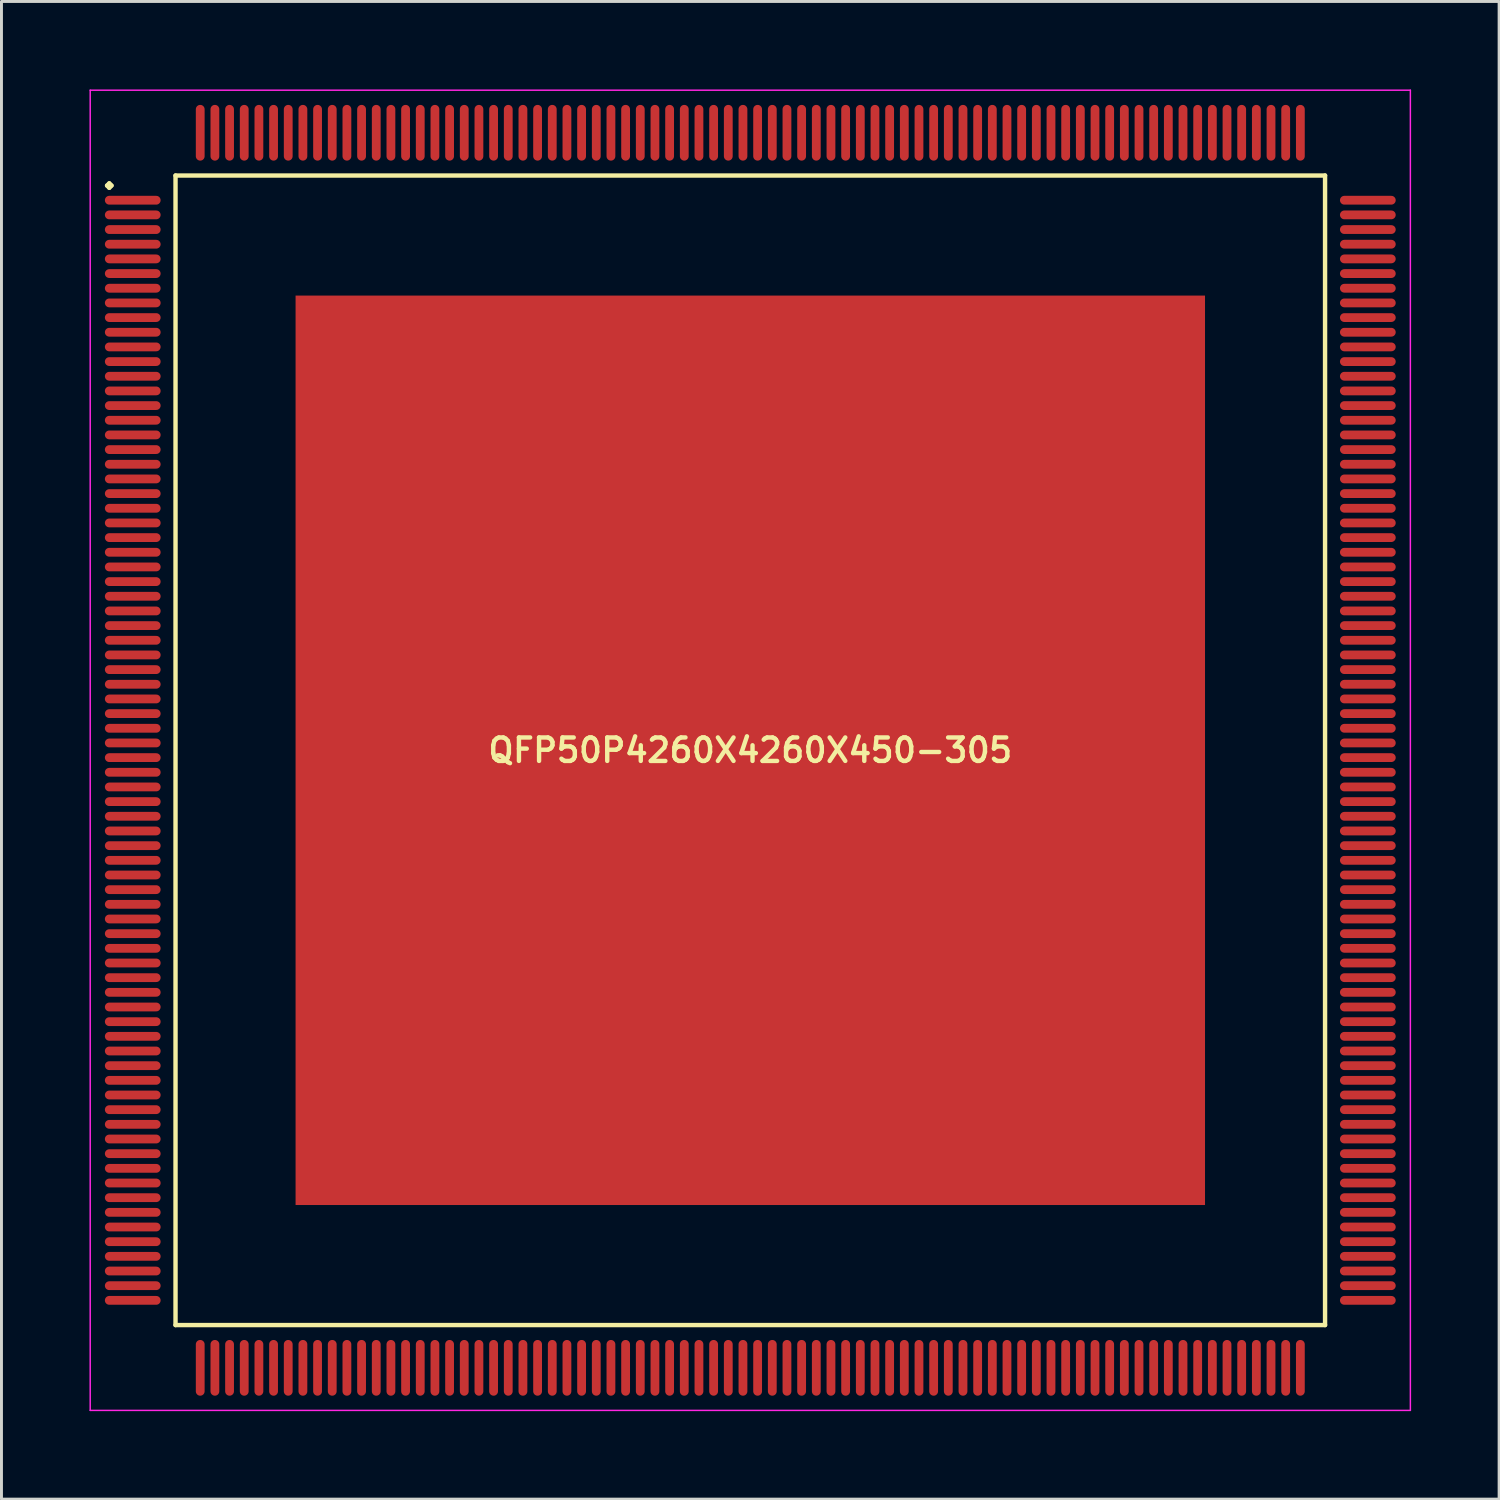
<source format=kicad_pcb>
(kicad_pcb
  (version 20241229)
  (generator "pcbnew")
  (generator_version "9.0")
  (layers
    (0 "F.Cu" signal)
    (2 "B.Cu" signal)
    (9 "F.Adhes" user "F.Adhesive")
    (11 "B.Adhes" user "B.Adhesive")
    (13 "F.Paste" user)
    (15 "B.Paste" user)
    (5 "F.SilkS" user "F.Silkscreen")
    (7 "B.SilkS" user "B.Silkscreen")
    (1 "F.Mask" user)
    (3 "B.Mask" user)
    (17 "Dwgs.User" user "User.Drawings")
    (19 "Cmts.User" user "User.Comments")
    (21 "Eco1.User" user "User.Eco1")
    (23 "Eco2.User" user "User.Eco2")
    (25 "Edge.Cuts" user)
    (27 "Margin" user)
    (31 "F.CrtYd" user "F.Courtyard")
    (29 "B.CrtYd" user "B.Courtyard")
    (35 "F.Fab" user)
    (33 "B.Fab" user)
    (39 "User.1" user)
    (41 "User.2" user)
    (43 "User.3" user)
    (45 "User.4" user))
  (footprint "QFP50P4260X4260X450-305"
    (layer "F.Cu")
    (at 22.525 22.525)
    (property "Reference" "QFP50P4260X4260X450-305" (at 0 0 0) (layer "F.SilkS") (effects (font (size 0.8 0.8) (thickness 0.15))))
    (attr smd)
    (fp_line (start -21.925 -19.25) (end -21.85 -19.325) (stroke (width 0.15) (type solid)) (layer "F.SilkS"))
    (fp_line (start -21.85 -19.325) (end -21.775 -19.25) (stroke (width 0.15) (type solid)) (layer "F.SilkS"))
    (fp_line (start -21.85 -19.175) (end -21.925 -19.25) (stroke (width 0.15) (type solid)) (layer "F.SilkS"))
    (fp_line (start -21.775 -19.25) (end -21.85 -19.175) (stroke (width 0.15) (type solid)) (layer "F.SilkS"))
    (fp_line (start -19.592 -19.592) (end -19.592 19.592) (stroke (width 0.15) (type solid)) (layer "F.SilkS"))
    (fp_line (start -19.592 19.592) (end 19.592 19.592) (stroke (width 0.15) (type solid)) (layer "F.SilkS"))
    (fp_line (start 19.592 -19.592) (end -19.592 -19.592) (stroke (width 0.15) (type solid)) (layer "F.SilkS"))
    (fp_line (start 19.592 19.592) (end 19.592 -19.592) (stroke (width 0.15) (type solid)) (layer "F.SilkS"))
    (fp_line (start -22.5 -22.5) (end 22.5 -22.5) (stroke (width 0.05) (type solid)) (layer "F.CrtYd"))
    (fp_line (start -22.5 22.5) (end -22.5 -22.5) (stroke (width 0.05) (type solid)) (layer "F.CrtYd"))
    (fp_line (start 22.5 -22.5) (end 22.5 22.5) (stroke (width 0.05) (type solid)) (layer "F.CrtYd"))
    (fp_line (start 22.5 22.5) (end -22.5 22.5) (stroke (width 0.05) (type solid)) (layer "F.CrtYd"))
    (pad "1" smd oval (at -21.05 -18.75) (size 1.9 0.3) (layers "F.Cu" "F.Mask" "F.Paste"))
    (pad "2" smd oval (at -21.05 -18.25) (size 1.9 0.3) (layers "F.Cu" "F.Mask" "F.Paste"))
    (pad "3" smd oval (at -21.05 -17.75) (size 1.9 0.3) (layers "F.Cu" "F.Mask" "F.Paste"))
    (pad "4" smd oval (at -21.05 -17.25) (size 1.9 0.3) (layers "F.Cu" "F.Mask" "F.Paste"))
    (pad "5" smd oval (at -21.05 -16.75) (size 1.9 0.3) (layers "F.Cu" "F.Mask" "F.Paste"))
    (pad "6" smd oval (at -21.05 -16.25) (size 1.9 0.3) (layers "F.Cu" "F.Mask" "F.Paste"))
    (pad "7" smd oval (at -21.05 -15.75) (size 1.9 0.3) (layers "F.Cu" "F.Mask" "F.Paste"))
    (pad "8" smd oval (at -21.05 -15.25) (size 1.9 0.3) (layers "F.Cu" "F.Mask" "F.Paste"))
    (pad "9" smd oval (at -21.05 -14.75) (size 1.9 0.3) (layers "F.Cu" "F.Mask" "F.Paste"))
    (pad "10" smd oval (at -21.05 -14.25) (size 1.9 0.3) (layers "F.Cu" "F.Mask" "F.Paste"))
    (pad "11" smd oval (at -21.05 -13.75) (size 1.9 0.3) (layers "F.Cu" "F.Mask" "F.Paste"))
    (pad "12" smd oval (at -21.05 -13.25) (size 1.9 0.3) (layers "F.Cu" "F.Mask" "F.Paste"))
    (pad "13" smd oval (at -21.05 -12.75) (size 1.9 0.3) (layers "F.Cu" "F.Mask" "F.Paste"))
    (pad "14" smd oval (at -21.05 -12.25) (size 1.9 0.3) (layers "F.Cu" "F.Mask" "F.Paste"))
    (pad "15" smd oval (at -21.05 -11.75) (size 1.9 0.3) (layers "F.Cu" "F.Mask" "F.Paste"))
    (pad "16" smd oval (at -21.05 -11.25) (size 1.9 0.3) (layers "F.Cu" "F.Mask" "F.Paste"))
    (pad "17" smd oval (at -21.05 -10.75) (size 1.9 0.3) (layers "F.Cu" "F.Mask" "F.Paste"))
    (pad "18" smd oval (at -21.05 -10.25) (size 1.9 0.3) (layers "F.Cu" "F.Mask" "F.Paste"))
    (pad "19" smd oval (at -21.05 -9.75) (size 1.9 0.3) (layers "F.Cu" "F.Mask" "F.Paste"))
    (pad "20" smd oval (at -21.05 -9.25) (size 1.9 0.3) (layers "F.Cu" "F.Mask" "F.Paste"))
    (pad "21" smd oval (at -21.05 -8.75) (size 1.9 0.3) (layers "F.Cu" "F.Mask" "F.Paste"))
    (pad "22" smd oval (at -21.05 -8.25) (size 1.9 0.3) (layers "F.Cu" "F.Mask" "F.Paste"))
    (pad "23" smd oval (at -21.05 -7.75) (size 1.9 0.3) (layers "F.Cu" "F.Mask" "F.Paste"))
    (pad "24" smd oval (at -21.05 -7.25) (size 1.9 0.3) (layers "F.Cu" "F.Mask" "F.Paste"))
    (pad "25" smd oval (at -21.05 -6.75) (size 1.9 0.3) (layers "F.Cu" "F.Mask" "F.Paste"))
    (pad "26" smd oval (at -21.05 -6.25) (size 1.9 0.3) (layers "F.Cu" "F.Mask" "F.Paste"))
    (pad "27" smd oval (at -21.05 -5.75) (size 1.9 0.3) (layers "F.Cu" "F.Mask" "F.Paste"))
    (pad "28" smd oval (at -21.05 -5.25) (size 1.9 0.3) (layers "F.Cu" "F.Mask" "F.Paste"))
    (pad "29" smd oval (at -21.05 -4.75) (size 1.9 0.3) (layers "F.Cu" "F.Mask" "F.Paste"))
    (pad "30" smd oval (at -21.05 -4.25) (size 1.9 0.3) (layers "F.Cu" "F.Mask" "F.Paste"))
    (pad "31" smd oval (at -21.05 -3.75) (size 1.9 0.3) (layers "F.Cu" "F.Mask" "F.Paste"))
    (pad "32" smd oval (at -21.05 -3.25) (size 1.9 0.3) (layers "F.Cu" "F.Mask" "F.Paste"))
    (pad "33" smd oval (at -21.05 -2.75) (size 1.9 0.3) (layers "F.Cu" "F.Mask" "F.Paste"))
    (pad "34" smd oval (at -21.05 -2.25) (size 1.9 0.3) (layers "F.Cu" "F.Mask" "F.Paste"))
    (pad "35" smd oval (at -21.05 -1.75) (size 1.9 0.3) (layers "F.Cu" "F.Mask" "F.Paste"))
    (pad "36" smd oval (at -21.05 -1.25) (size 1.9 0.3) (layers "F.Cu" "F.Mask" "F.Paste"))
    (pad "37" smd oval (at -21.05 -0.75) (size 1.9 0.3) (layers "F.Cu" "F.Mask" "F.Paste"))
    (pad "38" smd oval (at -21.05 -0.25) (size 1.9 0.3) (layers "F.Cu" "F.Mask" "F.Paste"))
    (pad "39" smd oval (at -21.05 0.25) (size 1.9 0.3) (layers "F.Cu" "F.Mask" "F.Paste"))
    (pad "40" smd oval (at -21.05 0.75) (size 1.9 0.3) (layers "F.Cu" "F.Mask" "F.Paste"))
    (pad "41" smd oval (at -21.05 1.25) (size 1.9 0.3) (layers "F.Cu" "F.Mask" "F.Paste"))
    (pad "42" smd oval (at -21.05 1.75) (size 1.9 0.3) (layers "F.Cu" "F.Mask" "F.Paste"))
    (pad "43" smd oval (at -21.05 2.25) (size 1.9 0.3) (layers "F.Cu" "F.Mask" "F.Paste"))
    (pad "44" smd oval (at -21.05 2.75) (size 1.9 0.3) (layers "F.Cu" "F.Mask" "F.Paste"))
    (pad "45" smd oval (at -21.05 3.25) (size 1.9 0.3) (layers "F.Cu" "F.Mask" "F.Paste"))
    (pad "46" smd oval (at -21.05 3.75) (size 1.9 0.3) (layers "F.Cu" "F.Mask" "F.Paste"))
    (pad "47" smd oval (at -21.05 4.25) (size 1.9 0.3) (layers "F.Cu" "F.Mask" "F.Paste"))
    (pad "48" smd oval (at -21.05 4.75) (size 1.9 0.3) (layers "F.Cu" "F.Mask" "F.Paste"))
    (pad "49" smd oval (at -21.05 5.25) (size 1.9 0.3) (layers "F.Cu" "F.Mask" "F.Paste"))
    (pad "50" smd oval (at -21.05 5.75) (size 1.9 0.3) (layers "F.Cu" "F.Mask" "F.Paste"))
    (pad "51" smd oval (at -21.05 6.25) (size 1.9 0.3) (layers "F.Cu" "F.Mask" "F.Paste"))
    (pad "52" smd oval (at -21.05 6.75) (size 1.9 0.3) (layers "F.Cu" "F.Mask" "F.Paste"))
    (pad "53" smd oval (at -21.05 7.25) (size 1.9 0.3) (layers "F.Cu" "F.Mask" "F.Paste"))
    (pad "54" smd oval (at -21.05 7.75) (size 1.9 0.3) (layers "F.Cu" "F.Mask" "F.Paste"))
    (pad "55" smd oval (at -21.05 8.25) (size 1.9 0.3) (layers "F.Cu" "F.Mask" "F.Paste"))
    (pad "56" smd oval (at -21.05 8.75) (size 1.9 0.3) (layers "F.Cu" "F.Mask" "F.Paste"))
    (pad "57" smd oval (at -21.05 9.25) (size 1.9 0.3) (layers "F.Cu" "F.Mask" "F.Paste"))
    (pad "58" smd oval (at -21.05 9.75) (size 1.9 0.3) (layers "F.Cu" "F.Mask" "F.Paste"))
    (pad "59" smd oval (at -21.05 10.25) (size 1.9 0.3) (layers "F.Cu" "F.Mask" "F.Paste"))
    (pad "60" smd oval (at -21.05 10.75) (size 1.9 0.3) (layers "F.Cu" "F.Mask" "F.Paste"))
    (pad "61" smd oval (at -21.05 11.25) (size 1.9 0.3) (layers "F.Cu" "F.Mask" "F.Paste"))
    (pad "62" smd oval (at -21.05 11.75) (size 1.9 0.3) (layers "F.Cu" "F.Mask" "F.Paste"))
    (pad "63" smd oval (at -21.05 12.25) (size 1.9 0.3) (layers "F.Cu" "F.Mask" "F.Paste"))
    (pad "64" smd oval (at -21.05 12.75) (size 1.9 0.3) (layers "F.Cu" "F.Mask" "F.Paste"))
    (pad "65" smd oval (at -21.05 13.25) (size 1.9 0.3) (layers "F.Cu" "F.Mask" "F.Paste"))
    (pad "66" smd oval (at -21.05 13.75) (size 1.9 0.3) (layers "F.Cu" "F.Mask" "F.Paste"))
    (pad "67" smd oval (at -21.05 14.25) (size 1.9 0.3) (layers "F.Cu" "F.Mask" "F.Paste"))
    (pad "68" smd oval (at -21.05 14.75) (size 1.9 0.3) (layers "F.Cu" "F.Mask" "F.Paste"))
    (pad "69" smd oval (at -21.05 15.25) (size 1.9 0.3) (layers "F.Cu" "F.Mask" "F.Paste"))
    (pad "70" smd oval (at -21.05 15.75) (size 1.9 0.3) (layers "F.Cu" "F.Mask" "F.Paste"))
    (pad "71" smd oval (at -21.05 16.25) (size 1.9 0.3) (layers "F.Cu" "F.Mask" "F.Paste"))
    (pad "72" smd oval (at -21.05 16.75) (size 1.9 0.3) (layers "F.Cu" "F.Mask" "F.Paste"))
    (pad "73" smd oval (at -21.05 17.25) (size 1.9 0.3) (layers "F.Cu" "F.Mask" "F.Paste"))
    (pad "74" smd oval (at -21.05 17.75) (size 1.9 0.3) (layers "F.Cu" "F.Mask" "F.Paste"))
    (pad "75" smd oval (at -21.05 18.25) (size 1.9 0.3) (layers "F.Cu" "F.Mask" "F.Paste"))
    (pad "76" smd oval (at -21.05 18.75) (size 1.9 0.3) (layers "F.Cu" "F.Mask" "F.Paste"))
    (pad "77" smd oval (at -18.75 21.05) (size 0.3 1.9) (layers "F.Cu" "F.Mask" "F.Paste"))
    (pad "78" smd oval (at -18.25 21.05) (size 0.3 1.9) (layers "F.Cu" "F.Mask" "F.Paste"))
    (pad "79" smd oval (at -17.75 21.05) (size 0.3 1.9) (layers "F.Cu" "F.Mask" "F.Paste"))
    (pad "80" smd oval (at -17.25 21.05) (size 0.3 1.9) (layers "F.Cu" "F.Mask" "F.Paste"))
    (pad "81" smd oval (at -16.75 21.05) (size 0.3 1.9) (layers "F.Cu" "F.Mask" "F.Paste"))
    (pad "82" smd oval (at -16.25 21.05) (size 0.3 1.9) (layers "F.Cu" "F.Mask" "F.Paste"))
    (pad "83" smd oval (at -15.75 21.05) (size 0.3 1.9) (layers "F.Cu" "F.Mask" "F.Paste"))
    (pad "84" smd oval (at -15.25 21.05) (size 0.3 1.9) (layers "F.Cu" "F.Mask" "F.Paste"))
    (pad "85" smd oval (at -14.75 21.05) (size 0.3 1.9) (layers "F.Cu" "F.Mask" "F.Paste"))
    (pad "86" smd oval (at -14.25 21.05) (size 0.3 1.9) (layers "F.Cu" "F.Mask" "F.Paste"))
    (pad "87" smd oval (at -13.75 21.05) (size 0.3 1.9) (layers "F.Cu" "F.Mask" "F.Paste"))
    (pad "88" smd oval (at -13.25 21.05) (size 0.3 1.9) (layers "F.Cu" "F.Mask" "F.Paste"))
    (pad "89" smd oval (at -12.75 21.05) (size 0.3 1.9) (layers "F.Cu" "F.Mask" "F.Paste"))
    (pad "90" smd oval (at -12.25 21.05) (size 0.3 1.9) (layers "F.Cu" "F.Mask" "F.Paste"))
    (pad "91" smd oval (at -11.75 21.05) (size 0.3 1.9) (layers "F.Cu" "F.Mask" "F.Paste"))
    (pad "92" smd oval (at -11.25 21.05) (size 0.3 1.9) (layers "F.Cu" "F.Mask" "F.Paste"))
    (pad "93" smd oval (at -10.75 21.05) (size 0.3 1.9) (layers "F.Cu" "F.Mask" "F.Paste"))
    (pad "94" smd oval (at -10.25 21.05) (size 0.3 1.9) (layers "F.Cu" "F.Mask" "F.Paste"))
    (pad "95" smd oval (at -9.75 21.05) (size 0.3 1.9) (layers "F.Cu" "F.Mask" "F.Paste"))
    (pad "96" smd oval (at -9.25 21.05) (size 0.3 1.9) (layers "F.Cu" "F.Mask" "F.Paste"))
    (pad "97" smd oval (at -8.75 21.05) (size 0.3 1.9) (layers "F.Cu" "F.Mask" "F.Paste"))
    (pad "98" smd oval (at -8.25 21.05) (size 0.3 1.9) (layers "F.Cu" "F.Mask" "F.Paste"))
    (pad "99" smd oval (at -7.75 21.05) (size 0.3 1.9) (layers "F.Cu" "F.Mask" "F.Paste"))
    (pad "100" smd oval (at -7.25 21.05) (size 0.3 1.9) (layers "F.Cu" "F.Mask" "F.Paste"))
    (pad "101" smd oval (at -6.75 21.05) (size 0.3 1.9) (layers "F.Cu" "F.Mask" "F.Paste"))
    (pad "102" smd oval (at -6.25 21.05) (size 0.3 1.9) (layers "F.Cu" "F.Mask" "F.Paste"))
    (pad "103" smd oval (at -5.75 21.05) (size 0.3 1.9) (layers "F.Cu" "F.Mask" "F.Paste"))
    (pad "104" smd oval (at -5.25 21.05) (size 0.3 1.9) (layers "F.Cu" "F.Mask" "F.Paste"))
    (pad "105" smd oval (at -4.75 21.05) (size 0.3 1.9) (layers "F.Cu" "F.Mask" "F.Paste"))
    (pad "106" smd oval (at -4.25 21.05) (size 0.3 1.9) (layers "F.Cu" "F.Mask" "F.Paste"))
    (pad "107" smd oval (at -3.75 21.05) (size 0.3 1.9) (layers "F.Cu" "F.Mask" "F.Paste"))
    (pad "108" smd oval (at -3.25 21.05) (size 0.3 1.9) (layers "F.Cu" "F.Mask" "F.Paste"))
    (pad "109" smd oval (at -2.75 21.05) (size 0.3 1.9) (layers "F.Cu" "F.Mask" "F.Paste"))
    (pad "110" smd oval (at -2.25 21.05) (size 0.3 1.9) (layers "F.Cu" "F.Mask" "F.Paste"))
    (pad "111" smd oval (at -1.75 21.05) (size 0.3 1.9) (layers "F.Cu" "F.Mask" "F.Paste"))
    (pad "112" smd oval (at -1.25 21.05) (size 0.3 1.9) (layers "F.Cu" "F.Mask" "F.Paste"))
    (pad "113" smd oval (at -0.75 21.05) (size 0.3 1.9) (layers "F.Cu" "F.Mask" "F.Paste"))
    (pad "114" smd oval (at -0.25 21.05) (size 0.3 1.9) (layers "F.Cu" "F.Mask" "F.Paste"))
    (pad "115" smd oval (at 0.25 21.05) (size 0.3 1.9) (layers "F.Cu" "F.Mask" "F.Paste"))
    (pad "116" smd oval (at 0.75 21.05) (size 0.3 1.9) (layers "F.Cu" "F.Mask" "F.Paste"))
    (pad "117" smd oval (at 1.25 21.05) (size 0.3 1.9) (layers "F.Cu" "F.Mask" "F.Paste"))
    (pad "118" smd oval (at 1.75 21.05) (size 0.3 1.9) (layers "F.Cu" "F.Mask" "F.Paste"))
    (pad "119" smd oval (at 2.25 21.05) (size 0.3 1.9) (layers "F.Cu" "F.Mask" "F.Paste"))
    (pad "120" smd oval (at 2.75 21.05) (size 0.3 1.9) (layers "F.Cu" "F.Mask" "F.Paste"))
    (pad "121" smd oval (at 3.25 21.05) (size 0.3 1.9) (layers "F.Cu" "F.Mask" "F.Paste"))
    (pad "122" smd oval (at 3.75 21.05) (size 0.3 1.9) (layers "F.Cu" "F.Mask" "F.Paste"))
    (pad "123" smd oval (at 4.25 21.05) (size 0.3 1.9) (layers "F.Cu" "F.Mask" "F.Paste"))
    (pad "124" smd oval (at 4.75 21.05) (size 0.3 1.9) (layers "F.Cu" "F.Mask" "F.Paste"))
    (pad "125" smd oval (at 5.25 21.05) (size 0.3 1.9) (layers "F.Cu" "F.Mask" "F.Paste"))
    (pad "126" smd oval (at 5.75 21.05) (size 0.3 1.9) (layers "F.Cu" "F.Mask" "F.Paste"))
    (pad "127" smd oval (at 6.25 21.05) (size 0.3 1.9) (layers "F.Cu" "F.Mask" "F.Paste"))
    (pad "128" smd oval (at 6.75 21.05) (size 0.3 1.9) (layers "F.Cu" "F.Mask" "F.Paste"))
    (pad "129" smd oval (at 7.25 21.05) (size 0.3 1.9) (layers "F.Cu" "F.Mask" "F.Paste"))
    (pad "130" smd oval (at 7.75 21.05) (size 0.3 1.9) (layers "F.Cu" "F.Mask" "F.Paste"))
    (pad "131" smd oval (at 8.25 21.05) (size 0.3 1.9) (layers "F.Cu" "F.Mask" "F.Paste"))
    (pad "132" smd oval (at 8.75 21.05) (size 0.3 1.9) (layers "F.Cu" "F.Mask" "F.Paste"))
    (pad "133" smd oval (at 9.25 21.05) (size 0.3 1.9) (layers "F.Cu" "F.Mask" "F.Paste"))
    (pad "134" smd oval (at 9.75 21.05) (size 0.3 1.9) (layers "F.Cu" "F.Mask" "F.Paste"))
    (pad "135" smd oval (at 10.25 21.05) (size 0.3 1.9) (layers "F.Cu" "F.Mask" "F.Paste"))
    (pad "136" smd oval (at 10.75 21.05) (size 0.3 1.9) (layers "F.Cu" "F.Mask" "F.Paste"))
    (pad "137" smd oval (at 11.25 21.05) (size 0.3 1.9) (layers "F.Cu" "F.Mask" "F.Paste"))
    (pad "138" smd oval (at 11.75 21.05) (size 0.3 1.9) (layers "F.Cu" "F.Mask" "F.Paste"))
    (pad "139" smd oval (at 12.25 21.05) (size 0.3 1.9) (layers "F.Cu" "F.Mask" "F.Paste"))
    (pad "140" smd oval (at 12.75 21.05) (size 0.3 1.9) (layers "F.Cu" "F.Mask" "F.Paste"))
    (pad "141" smd oval (at 13.25 21.05) (size 0.3 1.9) (layers "F.Cu" "F.Mask" "F.Paste"))
    (pad "142" smd oval (at 13.75 21.05) (size 0.3 1.9) (layers "F.Cu" "F.Mask" "F.Paste"))
    (pad "143" smd oval (at 14.25 21.05) (size 0.3 1.9) (layers "F.Cu" "F.Mask" "F.Paste"))
    (pad "144" smd oval (at 14.75 21.05) (size 0.3 1.9) (layers "F.Cu" "F.Mask" "F.Paste"))
    (pad "145" smd oval (at 15.25 21.05) (size 0.3 1.9) (layers "F.Cu" "F.Mask" "F.Paste"))
    (pad "146" smd oval (at 15.75 21.05) (size 0.3 1.9) (layers "F.Cu" "F.Mask" "F.Paste"))
    (pad "147" smd oval (at 16.25 21.05) (size 0.3 1.9) (layers "F.Cu" "F.Mask" "F.Paste"))
    (pad "148" smd oval (at 16.75 21.05) (size 0.3 1.9) (layers "F.Cu" "F.Mask" "F.Paste"))
    (pad "149" smd oval (at 17.25 21.05) (size 0.3 1.9) (layers "F.Cu" "F.Mask" "F.Paste"))
    (pad "150" smd oval (at 17.75 21.05) (size 0.3 1.9) (layers "F.Cu" "F.Mask" "F.Paste"))
    (pad "151" smd oval (at 18.25 21.05) (size 0.3 1.9) (layers "F.Cu" "F.Mask" "F.Paste"))
    (pad "152" smd oval (at 18.75 21.05) (size 0.3 1.9) (layers "F.Cu" "F.Mask" "F.Paste"))
    (pad "153" smd oval (at 21.05 18.75) (size 1.9 0.3) (layers "F.Cu" "F.Mask" "F.Paste"))
    (pad "154" smd oval (at 21.05 18.25) (size 1.9 0.3) (layers "F.Cu" "F.Mask" "F.Paste"))
    (pad "155" smd oval (at 21.05 17.75) (size 1.9 0.3) (layers "F.Cu" "F.Mask" "F.Paste"))
    (pad "156" smd oval (at 21.05 17.25) (size 1.9 0.3) (layers "F.Cu" "F.Mask" "F.Paste"))
    (pad "157" smd oval (at 21.05 16.75) (size 1.9 0.3) (layers "F.Cu" "F.Mask" "F.Paste"))
    (pad "158" smd oval (at 21.05 16.25) (size 1.9 0.3) (layers "F.Cu" "F.Mask" "F.Paste"))
    (pad "159" smd oval (at 21.05 15.75) (size 1.9 0.3) (layers "F.Cu" "F.Mask" "F.Paste"))
    (pad "160" smd oval (at 21.05 15.25) (size 1.9 0.3) (layers "F.Cu" "F.Mask" "F.Paste"))
    (pad "161" smd oval (at 21.05 14.75) (size 1.9 0.3) (layers "F.Cu" "F.Mask" "F.Paste"))
    (pad "162" smd oval (at 21.05 14.25) (size 1.9 0.3) (layers "F.Cu" "F.Mask" "F.Paste"))
    (pad "163" smd oval (at 21.05 13.75) (size 1.9 0.3) (layers "F.Cu" "F.Mask" "F.Paste"))
    (pad "164" smd oval (at 21.05 13.25) (size 1.9 0.3) (layers "F.Cu" "F.Mask" "F.Paste"))
    (pad "165" smd oval (at 21.05 12.75) (size 1.9 0.3) (layers "F.Cu" "F.Mask" "F.Paste"))
    (pad "166" smd oval (at 21.05 12.25) (size 1.9 0.3) (layers "F.Cu" "F.Mask" "F.Paste"))
    (pad "167" smd oval (at 21.05 11.75) (size 1.9 0.3) (layers "F.Cu" "F.Mask" "F.Paste"))
    (pad "168" smd oval (at 21.05 11.25) (size 1.9 0.3) (layers "F.Cu" "F.Mask" "F.Paste"))
    (pad "169" smd oval (at 21.05 10.75) (size 1.9 0.3) (layers "F.Cu" "F.Mask" "F.Paste"))
    (pad "170" smd oval (at 21.05 10.25) (size 1.9 0.3) (layers "F.Cu" "F.Mask" "F.Paste"))
    (pad "171" smd oval (at 21.05 9.75) (size 1.9 0.3) (layers "F.Cu" "F.Mask" "F.Paste"))
    (pad "172" smd oval (at 21.05 9.25) (size 1.9 0.3) (layers "F.Cu" "F.Mask" "F.Paste"))
    (pad "173" smd oval (at 21.05 8.75) (size 1.9 0.3) (layers "F.Cu" "F.Mask" "F.Paste"))
    (pad "174" smd oval (at 21.05 8.25) (size 1.9 0.3) (layers "F.Cu" "F.Mask" "F.Paste"))
    (pad "175" smd oval (at 21.05 7.75) (size 1.9 0.3) (layers "F.Cu" "F.Mask" "F.Paste"))
    (pad "176" smd oval (at 21.05 7.25) (size 1.9 0.3) (layers "F.Cu" "F.Mask" "F.Paste"))
    (pad "177" smd oval (at 21.05 6.75) (size 1.9 0.3) (layers "F.Cu" "F.Mask" "F.Paste"))
    (pad "178" smd oval (at 21.05 6.25) (size 1.9 0.3) (layers "F.Cu" "F.Mask" "F.Paste"))
    (pad "179" smd oval (at 21.05 5.75) (size 1.9 0.3) (layers "F.Cu" "F.Mask" "F.Paste"))
    (pad "180" smd oval (at 21.05 5.25) (size 1.9 0.3) (layers "F.Cu" "F.Mask" "F.Paste"))
    (pad "181" smd oval (at 21.05 4.75) (size 1.9 0.3) (layers "F.Cu" "F.Mask" "F.Paste"))
    (pad "182" smd oval (at 21.05 4.25) (size 1.9 0.3) (layers "F.Cu" "F.Mask" "F.Paste"))
    (pad "183" smd oval (at 21.05 3.75) (size 1.9 0.3) (layers "F.Cu" "F.Mask" "F.Paste"))
    (pad "184" smd oval (at 21.05 3.25) (size 1.9 0.3) (layers "F.Cu" "F.Mask" "F.Paste"))
    (pad "185" smd oval (at 21.05 2.75) (size 1.9 0.3) (layers "F.Cu" "F.Mask" "F.Paste"))
    (pad "186" smd oval (at 21.05 2.25) (size 1.9 0.3) (layers "F.Cu" "F.Mask" "F.Paste"))
    (pad "187" smd oval (at 21.05 1.75) (size 1.9 0.3) (layers "F.Cu" "F.Mask" "F.Paste"))
    (pad "188" smd oval (at 21.05 1.25) (size 1.9 0.3) (layers "F.Cu" "F.Mask" "F.Paste"))
    (pad "189" smd oval (at 21.05 0.75) (size 1.9 0.3) (layers "F.Cu" "F.Mask" "F.Paste"))
    (pad "190" smd oval (at 21.05 0.25) (size 1.9 0.3) (layers "F.Cu" "F.Mask" "F.Paste"))
    (pad "191" smd oval (at 21.05 -0.25) (size 1.9 0.3) (layers "F.Cu" "F.Mask" "F.Paste"))
    (pad "192" smd oval (at 21.05 -0.75) (size 1.9 0.3) (layers "F.Cu" "F.Mask" "F.Paste"))
    (pad "193" smd oval (at 21.05 -1.25) (size 1.9 0.3) (layers "F.Cu" "F.Mask" "F.Paste"))
    (pad "194" smd oval (at 21.05 -1.75) (size 1.9 0.3) (layers "F.Cu" "F.Mask" "F.Paste"))
    (pad "195" smd oval (at 21.05 -2.25) (size 1.9 0.3) (layers "F.Cu" "F.Mask" "F.Paste"))
    (pad "196" smd oval (at 21.05 -2.75) (size 1.9 0.3) (layers "F.Cu" "F.Mask" "F.Paste"))
    (pad "197" smd oval (at 21.05 -3.25) (size 1.9 0.3) (layers "F.Cu" "F.Mask" "F.Paste"))
    (pad "198" smd oval (at 21.05 -3.75) (size 1.9 0.3) (layers "F.Cu" "F.Mask" "F.Paste"))
    (pad "199" smd oval (at 21.05 -4.25) (size 1.9 0.3) (layers "F.Cu" "F.Mask" "F.Paste"))
    (pad "200" smd oval (at 21.05 -4.75) (size 1.9 0.3) (layers "F.Cu" "F.Mask" "F.Paste"))
    (pad "201" smd oval (at 21.05 -5.25) (size 1.9 0.3) (layers "F.Cu" "F.Mask" "F.Paste"))
    (pad "202" smd oval (at 21.05 -5.75) (size 1.9 0.3) (layers "F.Cu" "F.Mask" "F.Paste"))
    (pad "203" smd oval (at 21.05 -6.25) (size 1.9 0.3) (layers "F.Cu" "F.Mask" "F.Paste"))
    (pad "204" smd oval (at 21.05 -6.75) (size 1.9 0.3) (layers "F.Cu" "F.Mask" "F.Paste"))
    (pad "205" smd oval (at 21.05 -7.25) (size 1.9 0.3) (layers "F.Cu" "F.Mask" "F.Paste"))
    (pad "206" smd oval (at 21.05 -7.75) (size 1.9 0.3) (layers "F.Cu" "F.Mask" "F.Paste"))
    (pad "207" smd oval (at 21.05 -8.25) (size 1.9 0.3) (layers "F.Cu" "F.Mask" "F.Paste"))
    (pad "208" smd oval (at 21.05 -8.75) (size 1.9 0.3) (layers "F.Cu" "F.Mask" "F.Paste"))
    (pad "209" smd oval (at 21.05 -9.25) (size 1.9 0.3) (layers "F.Cu" "F.Mask" "F.Paste"))
    (pad "210" smd oval (at 21.05 -9.75) (size 1.9 0.3) (layers "F.Cu" "F.Mask" "F.Paste"))
    (pad "211" smd oval (at 21.05 -10.25) (size 1.9 0.3) (layers "F.Cu" "F.Mask" "F.Paste"))
    (pad "212" smd oval (at 21.05 -10.75) (size 1.9 0.3) (layers "F.Cu" "F.Mask" "F.Paste"))
    (pad "213" smd oval (at 21.05 -11.25) (size 1.9 0.3) (layers "F.Cu" "F.Mask" "F.Paste"))
    (pad "214" smd oval (at 21.05 -11.75) (size 1.9 0.3) (layers "F.Cu" "F.Mask" "F.Paste"))
    (pad "215" smd oval (at 21.05 -12.25) (size 1.9 0.3) (layers "F.Cu" "F.Mask" "F.Paste"))
    (pad "216" smd oval (at 21.05 -12.75) (size 1.9 0.3) (layers "F.Cu" "F.Mask" "F.Paste"))
    (pad "217" smd oval (at 21.05 -13.25) (size 1.9 0.3) (layers "F.Cu" "F.Mask" "F.Paste"))
    (pad "218" smd oval (at 21.05 -13.75) (size 1.9 0.3) (layers "F.Cu" "F.Mask" "F.Paste"))
    (pad "219" smd oval (at 21.05 -14.25) (size 1.9 0.3) (layers "F.Cu" "F.Mask" "F.Paste"))
    (pad "220" smd oval (at 21.05 -14.75) (size 1.9 0.3) (layers "F.Cu" "F.Mask" "F.Paste"))
    (pad "221" smd oval (at 21.05 -15.25) (size 1.9 0.3) (layers "F.Cu" "F.Mask" "F.Paste"))
    (pad "222" smd oval (at 21.05 -15.75) (size 1.9 0.3) (layers "F.Cu" "F.Mask" "F.Paste"))
    (pad "223" smd oval (at 21.05 -16.25) (size 1.9 0.3) (layers "F.Cu" "F.Mask" "F.Paste"))
    (pad "224" smd oval (at 21.05 -16.75) (size 1.9 0.3) (layers "F.Cu" "F.Mask" "F.Paste"))
    (pad "225" smd oval (at 21.05 -17.25) (size 1.9 0.3) (layers "F.Cu" "F.Mask" "F.Paste"))
    (pad "226" smd oval (at 21.05 -17.75) (size 1.9 0.3) (layers "F.Cu" "F.Mask" "F.Paste"))
    (pad "227" smd oval (at 21.05 -18.25) (size 1.9 0.3) (layers "F.Cu" "F.Mask" "F.Paste"))
    (pad "228" smd oval (at 21.05 -18.75) (size 1.9 0.3) (layers "F.Cu" "F.Mask" "F.Paste"))
    (pad "229" smd oval (at 18.75 -21.05) (size 0.3 1.9) (layers "F.Cu" "F.Mask" "F.Paste"))
    (pad "230" smd oval (at 18.25 -21.05) (size 0.3 1.9) (layers "F.Cu" "F.Mask" "F.Paste"))
    (pad "231" smd oval (at 17.75 -21.05) (size 0.3 1.9) (layers "F.Cu" "F.Mask" "F.Paste"))
    (pad "232" smd oval (at 17.25 -21.05) (size 0.3 1.9) (layers "F.Cu" "F.Mask" "F.Paste"))
    (pad "233" smd oval (at 16.75 -21.05) (size 0.3 1.9) (layers "F.Cu" "F.Mask" "F.Paste"))
    (pad "234" smd oval (at 16.25 -21.05) (size 0.3 1.9) (layers "F.Cu" "F.Mask" "F.Paste"))
    (pad "235" smd oval (at 15.75 -21.05) (size 0.3 1.9) (layers "F.Cu" "F.Mask" "F.Paste"))
    (pad "236" smd oval (at 15.25 -21.05) (size 0.3 1.9) (layers "F.Cu" "F.Mask" "F.Paste"))
    (pad "237" smd oval (at 14.75 -21.05) (size 0.3 1.9) (layers "F.Cu" "F.Mask" "F.Paste"))
    (pad "238" smd oval (at 14.25 -21.05) (size 0.3 1.9) (layers "F.Cu" "F.Mask" "F.Paste"))
    (pad "239" smd oval (at 13.75 -21.05) (size 0.3 1.9) (layers "F.Cu" "F.Mask" "F.Paste"))
    (pad "240" smd oval (at 13.25 -21.05) (size 0.3 1.9) (layers "F.Cu" "F.Mask" "F.Paste"))
    (pad "241" smd oval (at 12.75 -21.05) (size 0.3 1.9) (layers "F.Cu" "F.Mask" "F.Paste"))
    (pad "242" smd oval (at 12.25 -21.05) (size 0.3 1.9) (layers "F.Cu" "F.Mask" "F.Paste"))
    (pad "243" smd oval (at 11.75 -21.05) (size 0.3 1.9) (layers "F.Cu" "F.Mask" "F.Paste"))
    (pad "244" smd oval (at 11.25 -21.05) (size 0.3 1.9) (layers "F.Cu" "F.Mask" "F.Paste"))
    (pad "245" smd oval (at 10.75 -21.05) (size 0.3 1.9) (layers "F.Cu" "F.Mask" "F.Paste"))
    (pad "246" smd oval (at 10.25 -21.05) (size 0.3 1.9) (layers "F.Cu" "F.Mask" "F.Paste"))
    (pad "247" smd oval (at 9.75 -21.05) (size 0.3 1.9) (layers "F.Cu" "F.Mask" "F.Paste"))
    (pad "248" smd oval (at 9.25 -21.05) (size 0.3 1.9) (layers "F.Cu" "F.Mask" "F.Paste"))
    (pad "249" smd oval (at 8.75 -21.05) (size 0.3 1.9) (layers "F.Cu" "F.Mask" "F.Paste"))
    (pad "250" smd oval (at 8.25 -21.05) (size 0.3 1.9) (layers "F.Cu" "F.Mask" "F.Paste"))
    (pad "251" smd oval (at 7.75 -21.05) (size 0.3 1.9) (layers "F.Cu" "F.Mask" "F.Paste"))
    (pad "252" smd oval (at 7.25 -21.05) (size 0.3 1.9) (layers "F.Cu" "F.Mask" "F.Paste"))
    (pad "253" smd oval (at 6.75 -21.05) (size 0.3 1.9) (layers "F.Cu" "F.Mask" "F.Paste"))
    (pad "254" smd oval (at 6.25 -21.05) (size 0.3 1.9) (layers "F.Cu" "F.Mask" "F.Paste"))
    (pad "255" smd oval (at 5.75 -21.05) (size 0.3 1.9) (layers "F.Cu" "F.Mask" "F.Paste"))
    (pad "256" smd oval (at 5.25 -21.05) (size 0.3 1.9) (layers "F.Cu" "F.Mask" "F.Paste"))
    (pad "257" smd oval (at 4.75 -21.05) (size 0.3 1.9) (layers "F.Cu" "F.Mask" "F.Paste"))
    (pad "258" smd oval (at 4.25 -21.05) (size 0.3 1.9) (layers "F.Cu" "F.Mask" "F.Paste"))
    (pad "259" smd oval (at 3.75 -21.05) (size 0.3 1.9) (layers "F.Cu" "F.Mask" "F.Paste"))
    (pad "260" smd oval (at 3.25 -21.05) (size 0.3 1.9) (layers "F.Cu" "F.Mask" "F.Paste"))
    (pad "261" smd oval (at 2.75 -21.05) (size 0.3 1.9) (layers "F.Cu" "F.Mask" "F.Paste"))
    (pad "262" smd oval (at 2.25 -21.05) (size 0.3 1.9) (layers "F.Cu" "F.Mask" "F.Paste"))
    (pad "263" smd oval (at 1.75 -21.05) (size 0.3 1.9) (layers "F.Cu" "F.Mask" "F.Paste"))
    (pad "264" smd oval (at 1.25 -21.05) (size 0.3 1.9) (layers "F.Cu" "F.Mask" "F.Paste"))
    (pad "265" smd oval (at 0.75 -21.05) (size 0.3 1.9) (layers "F.Cu" "F.Mask" "F.Paste"))
    (pad "266" smd oval (at 0.25 -21.05) (size 0.3 1.9) (layers "F.Cu" "F.Mask" "F.Paste"))
    (pad "267" smd oval (at -0.25 -21.05) (size 0.3 1.9) (layers "F.Cu" "F.Mask" "F.Paste"))
    (pad "268" smd oval (at -0.75 -21.05) (size 0.3 1.9) (layers "F.Cu" "F.Mask" "F.Paste"))
    (pad "269" smd oval (at -1.25 -21.05) (size 0.3 1.9) (layers "F.Cu" "F.Mask" "F.Paste"))
    (pad "270" smd oval (at -1.75 -21.05) (size 0.3 1.9) (layers "F.Cu" "F.Mask" "F.Paste"))
    (pad "271" smd oval (at -2.25 -21.05) (size 0.3 1.9) (layers "F.Cu" "F.Mask" "F.Paste"))
    (pad "272" smd oval (at -2.75 -21.05) (size 0.3 1.9) (layers "F.Cu" "F.Mask" "F.Paste"))
    (pad "273" smd oval (at -3.25 -21.05) (size 0.3 1.9) (layers "F.Cu" "F.Mask" "F.Paste"))
    (pad "274" smd oval (at -3.75 -21.05) (size 0.3 1.9) (layers "F.Cu" "F.Mask" "F.Paste"))
    (pad "275" smd oval (at -4.25 -21.05) (size 0.3 1.9) (layers "F.Cu" "F.Mask" "F.Paste"))
    (pad "276" smd oval (at -4.75 -21.05) (size 0.3 1.9) (layers "F.Cu" "F.Mask" "F.Paste"))
    (pad "277" smd oval (at -5.25 -21.05) (size 0.3 1.9) (layers "F.Cu" "F.Mask" "F.Paste"))
    (pad "278" smd oval (at -5.75 -21.05) (size 0.3 1.9) (layers "F.Cu" "F.Mask" "F.Paste"))
    (pad "279" smd oval (at -6.25 -21.05) (size 0.3 1.9) (layers "F.Cu" "F.Mask" "F.Paste"))
    (pad "280" smd oval (at -6.75 -21.05) (size 0.3 1.9) (layers "F.Cu" "F.Mask" "F.Paste"))
    (pad "281" smd oval (at -7.25 -21.05) (size 0.3 1.9) (layers "F.Cu" "F.Mask" "F.Paste"))
    (pad "282" smd oval (at -7.75 -21.05) (size 0.3 1.9) (layers "F.Cu" "F.Mask" "F.Paste"))
    (pad "283" smd oval (at -8.25 -21.05) (size 0.3 1.9) (layers "F.Cu" "F.Mask" "F.Paste"))
    (pad "284" smd oval (at -8.75 -21.05) (size 0.3 1.9) (layers "F.Cu" "F.Mask" "F.Paste"))
    (pad "285" smd oval (at -9.25 -21.05) (size 0.3 1.9) (layers "F.Cu" "F.Mask" "F.Paste"))
    (pad "286" smd oval (at -9.75 -21.05) (size 0.3 1.9) (layers "F.Cu" "F.Mask" "F.Paste"))
    (pad "287" smd oval (at -10.25 -21.05) (size 0.3 1.9) (layers "F.Cu" "F.Mask" "F.Paste"))
    (pad "288" smd oval (at -10.75 -21.05) (size 0.3 1.9) (layers "F.Cu" "F.Mask" "F.Paste"))
    (pad "289" smd oval (at -11.25 -21.05) (size 0.3 1.9) (layers "F.Cu" "F.Mask" "F.Paste"))
    (pad "290" smd oval (at -11.75 -21.05) (size 0.3 1.9) (layers "F.Cu" "F.Mask" "F.Paste"))
    (pad "291" smd oval (at -12.25 -21.05) (size 0.3 1.9) (layers "F.Cu" "F.Mask" "F.Paste"))
    (pad "292" smd oval (at -12.75 -21.05) (size 0.3 1.9) (layers "F.Cu" "F.Mask" "F.Paste"))
    (pad "293" smd oval (at -13.25 -21.05) (size 0.3 1.9) (layers "F.Cu" "F.Mask" "F.Paste"))
    (pad "294" smd oval (at -13.75 -21.05) (size 0.3 1.9) (layers "F.Cu" "F.Mask" "F.Paste"))
    (pad "295" smd oval (at -14.25 -21.05) (size 0.3 1.9) (layers "F.Cu" "F.Mask" "F.Paste"))
    (pad "296" smd oval (at -14.75 -21.05) (size 0.3 1.9) (layers "F.Cu" "F.Mask" "F.Paste"))
    (pad "297" smd oval (at -15.25 -21.05) (size 0.3 1.9) (layers "F.Cu" "F.Mask" "F.Paste"))
    (pad "298" smd oval (at -15.75 -21.05) (size 0.3 1.9) (layers "F.Cu" "F.Mask" "F.Paste"))
    (pad "299" smd oval (at -16.25 -21.05) (size 0.3 1.9) (layers "F.Cu" "F.Mask" "F.Paste"))
    (pad "300" smd oval (at -16.75 -21.05) (size 0.3 1.9) (layers "F.Cu" "F.Mask" "F.Paste"))
    (pad "301" smd oval (at -17.25 -21.05) (size 0.3 1.9) (layers "F.Cu" "F.Mask" "F.Paste"))
    (pad "302" smd oval (at -17.75 -21.05) (size 0.3 1.9) (layers "F.Cu" "F.Mask" "F.Paste"))
    (pad "303" smd oval (at -18.25 -21.05) (size 0.3 1.9) (layers "F.Cu" "F.Mask" "F.Paste"))
    (pad "304" smd oval (at -18.75 -21.05) (size 0.3 1.9) (layers "F.Cu" "F.Mask" "F.Paste"))
    (pad "305" smd rect (at 0 0) (size 31 31) (layers "F.Cu" "F.Mask" "F.Paste")))
  (gr_rect
    (start -3 -3)
    (end 48.05 48.05)
    (stroke (width 0.1) (type default))
    (fill no)
    (layer "Edge.Cuts")))
</source>
